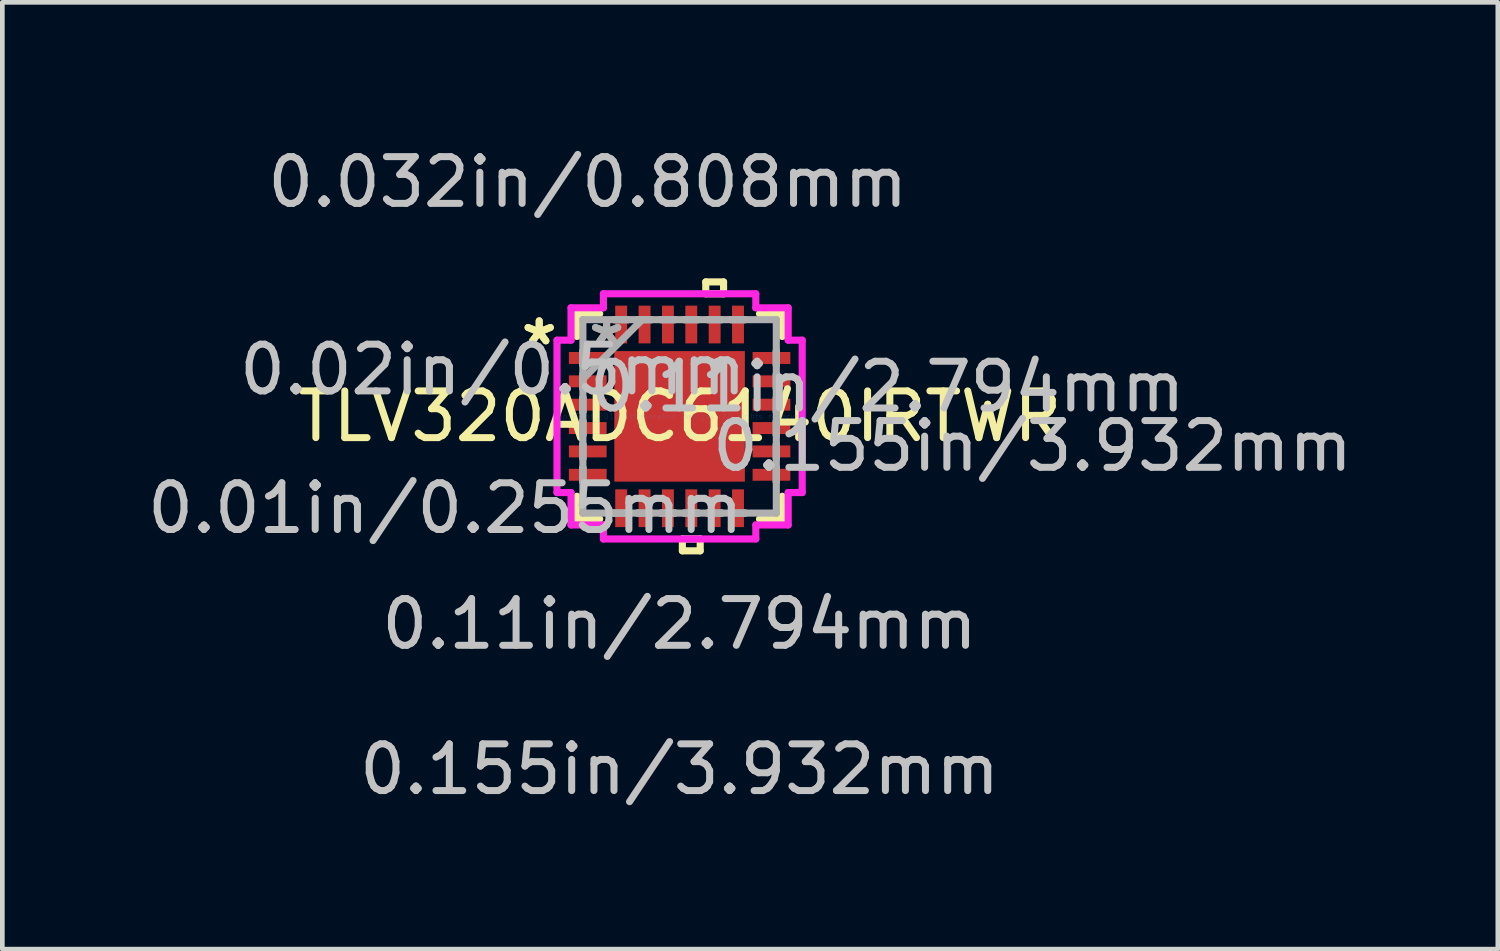
<source format=kicad_pcb>
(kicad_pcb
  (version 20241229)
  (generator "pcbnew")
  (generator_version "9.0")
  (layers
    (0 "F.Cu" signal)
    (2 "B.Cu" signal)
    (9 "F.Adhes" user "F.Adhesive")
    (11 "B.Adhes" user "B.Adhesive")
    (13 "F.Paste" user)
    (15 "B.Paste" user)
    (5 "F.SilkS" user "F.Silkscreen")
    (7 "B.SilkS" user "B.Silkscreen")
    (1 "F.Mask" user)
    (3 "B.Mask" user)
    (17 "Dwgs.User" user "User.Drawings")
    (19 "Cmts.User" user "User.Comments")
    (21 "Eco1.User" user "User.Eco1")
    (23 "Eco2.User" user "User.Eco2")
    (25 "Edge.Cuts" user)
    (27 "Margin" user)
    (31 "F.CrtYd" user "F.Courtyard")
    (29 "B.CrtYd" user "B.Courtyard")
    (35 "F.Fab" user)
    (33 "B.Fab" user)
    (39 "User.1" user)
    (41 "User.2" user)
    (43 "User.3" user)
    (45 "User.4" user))
  (footprint "TLV320ADC6140IRTWR"
    (layer "F.Cu")
    (at 11.496 5.862)
    (property "Reference" "TLV320ADC6140IRTWR" (at 0 0 0) (layer "F.SilkS") (effects (font (size 1 1) (thickness 0.15))))
    (attr through_hole)
    (fp_line (start -2.197 -2.197) (end -2.197 -1.71) (stroke (width 0.152) (type solid)) (layer "F.SilkS"))
    (fp_line (start -2.197 1.71) (end -2.197 2.197) (stroke (width 0.152) (type solid)) (layer "F.SilkS"))
    (fp_line (start -2.197 2.197) (end -1.71 2.197) (stroke (width 0.152) (type solid)) (layer "F.SilkS"))
    (fp_line (start -1.71 -2.197) (end -2.197 -2.197) (stroke (width 0.152) (type solid)) (layer "F.SilkS"))
    (fp_line (start 0.059 2.624) (end 0.059 2.878) (stroke (width 0.152) (type solid)) (layer "F.SilkS"))
    (fp_line (start 0.059 2.878) (end 0.441 2.878) (stroke (width 0.152) (type solid)) (layer "F.SilkS"))
    (fp_line (start 0.441 2.624) (end 0.059 2.624) (stroke (width 0.152) (type solid)) (layer "F.SilkS"))
    (fp_line (start 0.441 2.878) (end 0.441 2.624) (stroke (width 0.152) (type solid)) (layer "F.SilkS"))
    (fp_line (start 0.56 -2.878) (end 0.941 -2.878) (stroke (width 0.152) (type solid)) (layer "F.SilkS"))
    (fp_line (start 0.56 -2.624) (end 0.56 -2.878) (stroke (width 0.152) (type solid)) (layer "F.SilkS"))
    (fp_line (start 0.941 -2.878) (end 0.941 -2.624) (stroke (width 0.152) (type solid)) (layer "F.SilkS"))
    (fp_line (start 0.941 -2.624) (end 0.56 -2.624) (stroke (width 0.152) (type solid)) (layer "F.SilkS"))
    (fp_line (start 1.71 2.197) (end 2.197 2.197) (stroke (width 0.152) (type solid)) (layer "F.SilkS"))
    (fp_line (start 2.197 -2.197) (end 1.71 -2.197) (stroke (width 0.152) (type solid)) (layer "F.SilkS"))
    (fp_line (start 2.197 -1.71) (end 2.197 -2.197) (stroke (width 0.152) (type solid)) (layer "F.SilkS"))
    (fp_line (start 2.197 2.197) (end 2.197 1.71) (stroke (width 0.152) (type solid)) (layer "F.SilkS"))
    (fp_line (start -1.297 -1.297) (end -1.297 -0.1) (stroke (width 0.152) (type solid)) (layer "F.Paste"))
    (fp_line (start -1.297 -0.1) (end -0.1 -0.1) (stroke (width 0.152) (type solid)) (layer "F.Paste"))
    (fp_line (start -1.297 0.1) (end -1.297 1.297) (stroke (width 0.152) (type solid)) (layer "F.Paste"))
    (fp_line (start -1.297 1.297) (end -0.1 1.297) (stroke (width 0.152) (type solid)) (layer "F.Paste"))
    (fp_line (start -0.1 -1.297) (end -1.297 -1.297) (stroke (width 0.152) (type solid)) (layer "F.Paste"))
    (fp_line (start -0.1 -0.1) (end -0.1 -1.297) (stroke (width 0.152) (type solid)) (layer "F.Paste"))
    (fp_line (start -0.1 0.1) (end -1.297 0.1) (stroke (width 0.152) (type solid)) (layer "F.Paste"))
    (fp_line (start -0.1 1.297) (end -0.1 0.1) (stroke (width 0.152) (type solid)) (layer "F.Paste"))
    (fp_line (start 0.1 -1.297) (end 0.1 -0.1) (stroke (width 0.152) (type solid)) (layer "F.Paste"))
    (fp_line (start 0.1 -0.1) (end 1.297 -0.1) (stroke (width 0.152) (type solid)) (layer "F.Paste"))
    (fp_line (start 0.1 0.1) (end 0.1 1.297) (stroke (width 0.152) (type solid)) (layer "F.Paste"))
    (fp_line (start 0.1 1.297) (end 1.297 1.297) (stroke (width 0.152) (type solid)) (layer "F.Paste"))
    (fp_line (start 1.297 -1.297) (end 0.1 -1.297) (stroke (width 0.152) (type solid)) (layer "F.Paste"))
    (fp_line (start 1.297 -0.1) (end 1.297 -1.297) (stroke (width 0.152) (type solid)) (layer "F.Paste"))
    (fp_line (start 1.297 0.1) (end 0.1 0.1) (stroke (width 0.152) (type solid)) (layer "F.Paste"))
    (fp_line (start 1.297 1.297) (end 1.297 0.1) (stroke (width 0.152) (type solid)) (layer "F.Paste"))
    (fp_line (start -2.624 -1.631) (end -2.324 -1.631) (stroke (width 0.152) (type solid)) (layer "F.CrtYd"))
    (fp_line (start -2.624 1.631) (end -2.624 -1.631) (stroke (width 0.152) (type solid)) (layer "F.CrtYd"))
    (fp_line (start -2.324 -2.324) (end -1.631 -2.324) (stroke (width 0.152) (type solid)) (layer "F.CrtYd"))
    (fp_line (start -2.324 -1.631) (end -2.324 -2.324) (stroke (width 0.152) (type solid)) (layer "F.CrtYd"))
    (fp_line (start -2.324 1.631) (end -2.624 1.631) (stroke (width 0.152) (type solid)) (layer "F.CrtYd"))
    (fp_line (start -2.324 2.324) (end -2.324 1.631) (stroke (width 0.152) (type solid)) (layer "F.CrtYd"))
    (fp_line (start -1.631 -2.624) (end 1.631 -2.624) (stroke (width 0.152) (type solid)) (layer "F.CrtYd"))
    (fp_line (start -1.631 -2.324) (end -1.631 -2.624) (stroke (width 0.152) (type solid)) (layer "F.CrtYd"))
    (fp_line (start -1.631 2.324) (end -2.324 2.324) (stroke (width 0.152) (type solid)) (layer "F.CrtYd"))
    (fp_line (start -1.631 2.624) (end -1.631 2.324) (stroke (width 0.152) (type solid)) (layer "F.CrtYd"))
    (fp_line (start 1.631 -2.624) (end 1.631 -2.324) (stroke (width 0.152) (type solid)) (layer "F.CrtYd"))
    (fp_line (start 1.631 -2.324) (end 2.324 -2.324) (stroke (width 0.152) (type solid)) (layer "F.CrtYd"))
    (fp_line (start 1.631 2.324) (end 1.631 2.624) (stroke (width 0.152) (type solid)) (layer "F.CrtYd"))
    (fp_line (start 1.631 2.624) (end -1.631 2.624) (stroke (width 0.152) (type solid)) (layer "F.CrtYd"))
    (fp_line (start 2.324 -2.324) (end 2.324 -1.631) (stroke (width 0.152) (type solid)) (layer "F.CrtYd"))
    (fp_line (start 2.324 -1.631) (end 2.624 -1.631) (stroke (width 0.152) (type solid)) (layer "F.CrtYd"))
    (fp_line (start 2.324 1.631) (end 2.324 2.324) (stroke (width 0.152) (type solid)) (layer "F.CrtYd"))
    (fp_line (start 2.324 2.324) (end 1.631 2.324) (stroke (width 0.152) (type solid)) (layer "F.CrtYd"))
    (fp_line (start 2.624 -1.631) (end 2.624 1.631) (stroke (width 0.152) (type solid)) (layer "F.CrtYd"))
    (fp_line (start 2.624 1.631) (end 2.324 1.631) (stroke (width 0.152) (type solid)) (layer "F.CrtYd"))
    (fp_line (start -2.07 -2.07) (end -2.07 -2.07) (stroke (width 0.152) (type solid)) (layer "F.Fab"))
    (fp_line (start -2.07 -2.07) (end -2.07 2.07) (stroke (width 0.152) (type solid)) (layer "F.Fab"))
    (fp_line (start -2.07 -1.402) (end -2.07 -1.402) (stroke (width 0.152) (type solid)) (layer "F.Fab"))
    (fp_line (start -2.07 -1.402) (end -2.07 -1.098) (stroke (width 0.152) (type solid)) (layer "F.Fab"))
    (fp_line (start -2.07 -1.098) (end -2.07 -1.402) (stroke (width 0.152) (type solid)) (layer "F.Fab"))
    (fp_line (start -2.07 -1.098) (end -2.07 -1.098) (stroke (width 0.152) (type solid)) (layer "F.Fab"))
    (fp_line (start -2.07 -0.902) (end -2.07 -0.902) (stroke (width 0.152) (type solid)) (layer "F.Fab"))
    (fp_line (start -2.07 -0.902) (end -2.07 -0.598) (stroke (width 0.152) (type solid)) (layer "F.Fab"))
    (fp_line (start -2.07 -0.8) (end -0.8 -2.07) (stroke (width 0.152) (type solid)) (layer "F.Fab"))
    (fp_line (start -2.07 -0.598) (end -2.07 -0.902) (stroke (width 0.152) (type solid)) (layer "F.Fab"))
    (fp_line (start -2.07 -0.598) (end -2.07 -0.598) (stroke (width 0.152) (type solid)) (layer "F.Fab"))
    (fp_line (start -2.07 -0.402) (end -2.07 -0.402) (stroke (width 0.152) (type solid)) (layer "F.Fab"))
    (fp_line (start -2.07 -0.402) (end -2.07 -0.098) (stroke (width 0.152) (type solid)) (layer "F.Fab"))
    (fp_line (start -2.07 -0.098) (end -2.07 -0.402) (stroke (width 0.152) (type solid)) (layer "F.Fab"))
    (fp_line (start -2.07 -0.098) (end -2.07 -0.098) (stroke (width 0.152) (type solid)) (layer "F.Fab"))
    (fp_line (start -2.07 0.098) (end -2.07 0.098) (stroke (width 0.152) (type solid)) (layer "F.Fab"))
    (fp_line (start -2.07 0.098) (end -2.07 0.402) (stroke (width 0.152) (type solid)) (layer "F.Fab"))
    (fp_line (start -2.07 0.402) (end -2.07 0.098) (stroke (width 0.152) (type solid)) (layer "F.Fab"))
    (fp_line (start -2.07 0.402) (end -2.07 0.402) (stroke (width 0.152) (type solid)) (layer "F.Fab"))
    (fp_line (start -2.07 0.598) (end -2.07 0.598) (stroke (width 0.152) (type solid)) (layer "F.Fab"))
    (fp_line (start -2.07 0.598) (end -2.07 0.902) (stroke (width 0.152) (type solid)) (layer "F.Fab"))
    (fp_line (start -2.07 0.902) (end -2.07 0.598) (stroke (width 0.152) (type solid)) (layer "F.Fab"))
    (fp_line (start -2.07 0.902) (end -2.07 0.902) (stroke (width 0.152) (type solid)) (layer "F.Fab"))
    (fp_line (start -2.07 1.098) (end -2.07 1.098) (stroke (width 0.152) (type solid)) (layer "F.Fab"))
    (fp_line (start -2.07 1.098) (end -2.07 1.402) (stroke (width 0.152) (type solid)) (layer "F.Fab"))
    (fp_line (start -2.07 1.402) (end -2.07 1.098) (stroke (width 0.152) (type solid)) (layer "F.Fab"))
    (fp_line (start -2.07 1.402) (end -2.07 1.402) (stroke (width 0.152) (type solid)) (layer "F.Fab"))
    (fp_line (start -2.07 2.07) (end -2.07 2.07) (stroke (width 0.152) (type solid)) (layer "F.Fab"))
    (fp_line (start -2.07 2.07) (end 2.07 2.07) (stroke (width 0.152) (type solid)) (layer "F.Fab"))
    (fp_line (start -1.402 -2.07) (end -1.402 -2.07) (stroke (width 0.152) (type solid)) (layer "F.Fab"))
    (fp_line (start -1.402 -2.07) (end -1.098 -2.07) (stroke (width 0.152) (type solid)) (layer "F.Fab"))
    (fp_line (start -1.402 2.07) (end -1.402 2.07) (stroke (width 0.152) (type solid)) (layer "F.Fab"))
    (fp_line (start -1.402 2.07) (end -1.098 2.07) (stroke (width 0.152) (type solid)) (layer "F.Fab"))
    (fp_line (start -1.098 -2.07) (end -1.402 -2.07) (stroke (width 0.152) (type solid)) (layer "F.Fab"))
    (fp_line (start -1.098 -2.07) (end -1.098 -2.07) (stroke (width 0.152) (type solid)) (layer "F.Fab"))
    (fp_line (start -1.098 2.07) (end -1.402 2.07) (stroke (width 0.152) (type solid)) (layer "F.Fab"))
    (fp_line (start -1.098 2.07) (end -1.098 2.07) (stroke (width 0.152) (type solid)) (layer "F.Fab"))
    (fp_line (start -0.902 -2.07) (end -0.902 -2.07) (stroke (width 0.152) (type solid)) (layer "F.Fab"))
    (fp_line (start -0.902 -2.07) (end -0.598 -2.07) (stroke (width 0.152) (type solid)) (layer "F.Fab"))
    (fp_line (start -0.902 2.07) (end -0.902 2.07) (stroke (width 0.152) (type solid)) (layer "F.Fab"))
    (fp_line (start -0.902 2.07) (end -0.598 2.07) (stroke (width 0.152) (type solid)) (layer "F.Fab"))
    (fp_line (start -0.598 -2.07) (end -0.902 -2.07) (stroke (width 0.152) (type solid)) (layer "F.Fab"))
    (fp_line (start -0.598 -2.07) (end -0.598 -2.07) (stroke (width 0.152) (type solid)) (layer "F.Fab"))
    (fp_line (start -0.598 2.07) (end -0.902 2.07) (stroke (width 0.152) (type solid)) (layer "F.Fab"))
    (fp_line (start -0.598 2.07) (end -0.598 2.07) (stroke (width 0.152) (type solid)) (layer "F.Fab"))
    (fp_line (start -0.402 -2.07) (end -0.402 -2.07) (stroke (width 0.152) (type solid)) (layer "F.Fab"))
    (fp_line (start -0.402 -2.07) (end -0.098 -2.07) (stroke (width 0.152) (type solid)) (layer "F.Fab"))
    (fp_line (start -0.402 2.07) (end -0.402 2.07) (stroke (width 0.152) (type solid)) (layer "F.Fab"))
    (fp_line (start -0.402 2.07) (end -0.098 2.07) (stroke (width 0.152) (type solid)) (layer "F.Fab"))
    (fp_line (start -0.098 -2.07) (end -0.402 -2.07) (stroke (width 0.152) (type solid)) (layer "F.Fab"))
    (fp_line (start -0.098 -2.07) (end -0.098 -2.07) (stroke (width 0.152) (type solid)) (layer "F.Fab"))
    (fp_line (start -0.098 2.07) (end -0.402 2.07) (stroke (width 0.152) (type solid)) (layer "F.Fab"))
    (fp_line (start -0.098 2.07) (end -0.098 2.07) (stroke (width 0.152) (type solid)) (layer "F.Fab"))
    (fp_line (start 0.098 -2.07) (end 0.098 -2.07) (stroke (width 0.152) (type solid)) (layer "F.Fab"))
    (fp_line (start 0.098 -2.07) (end 0.402 -2.07) (stroke (width 0.152) (type solid)) (layer "F.Fab"))
    (fp_line (start 0.098 2.07) (end 0.098 2.07) (stroke (width 0.152) (type solid)) (layer "F.Fab"))
    (fp_line (start 0.098 2.07) (end 0.402 2.07) (stroke (width 0.152) (type solid)) (layer "F.Fab"))
    (fp_line (start 0.402 -2.07) (end 0.098 -2.07) (stroke (width 0.152) (type solid)) (layer "F.Fab"))
    (fp_line (start 0.402 -2.07) (end 0.402 -2.07) (stroke (width 0.152) (type solid)) (layer "F.Fab"))
    (fp_line (start 0.402 2.07) (end 0.098 2.07) (stroke (width 0.152) (type solid)) (layer "F.Fab"))
    (fp_line (start 0.402 2.07) (end 0.402 2.07) (stroke (width 0.152) (type solid)) (layer "F.Fab"))
    (fp_line (start 0.598 -2.07) (end 0.598 -2.07) (stroke (width 0.152) (type solid)) (layer "F.Fab"))
    (fp_line (start 0.598 -2.07) (end 0.902 -2.07) (stroke (width 0.152) (type solid)) (layer "F.Fab"))
    (fp_line (start 0.598 2.07) (end 0.598 2.07) (stroke (width 0.152) (type solid)) (layer "F.Fab"))
    (fp_line (start 0.598 2.07) (end 0.902 2.07) (stroke (width 0.152) (type solid)) (layer "F.Fab"))
    (fp_line (start 0.902 -2.07) (end 0.598 -2.07) (stroke (width 0.152) (type solid)) (layer "F.Fab"))
    (fp_line (start 0.902 -2.07) (end 0.902 -2.07) (stroke (width 0.152) (type solid)) (layer "F.Fab"))
    (fp_line (start 0.902 2.07) (end 0.598 2.07) (stroke (width 0.152) (type solid)) (layer "F.Fab"))
    (fp_line (start 0.902 2.07) (end 0.902 2.07) (stroke (width 0.152) (type solid)) (layer "F.Fab"))
    (fp_line (start 1.098 -2.07) (end 1.098 -2.07) (stroke (width 0.152) (type solid)) (layer "F.Fab"))
    (fp_line (start 1.098 -2.07) (end 1.402 -2.07) (stroke (width 0.152) (type solid)) (layer "F.Fab"))
    (fp_line (start 1.098 2.07) (end 1.098 2.07) (stroke (width 0.152) (type solid)) (layer "F.Fab"))
    (fp_line (start 1.098 2.07) (end 1.402 2.07) (stroke (width 0.152) (type solid)) (layer "F.Fab"))
    (fp_line (start 1.402 -2.07) (end 1.098 -2.07) (stroke (width 0.152) (type solid)) (layer "F.Fab"))
    (fp_line (start 1.402 -2.07) (end 1.402 -2.07) (stroke (width 0.152) (type solid)) (layer "F.Fab"))
    (fp_line (start 1.402 2.07) (end 1.098 2.07) (stroke (width 0.152) (type solid)) (layer "F.Fab"))
    (fp_line (start 1.402 2.07) (end 1.402 2.07) (stroke (width 0.152) (type solid)) (layer "F.Fab"))
    (fp_line (start 2.07 -2.07) (end -2.07 -2.07) (stroke (width 0.152) (type solid)) (layer "F.Fab"))
    (fp_line (start 2.07 -2.07) (end 2.07 -2.07) (stroke (width 0.152) (type solid)) (layer "F.Fab"))
    (fp_line (start 2.07 -1.402) (end 2.07 -1.402) (stroke (width 0.152) (type solid)) (layer "F.Fab"))
    (fp_line (start 2.07 -1.402) (end 2.07 -1.098) (stroke (width 0.152) (type solid)) (layer "F.Fab"))
    (fp_line (start 2.07 -1.098) (end 2.07 -1.402) (stroke (width 0.152) (type solid)) (layer "F.Fab"))
    (fp_line (start 2.07 -1.098) (end 2.07 -1.098) (stroke (width 0.152) (type solid)) (layer "F.Fab"))
    (fp_line (start 2.07 -0.902) (end 2.07 -0.902) (stroke (width 0.152) (type solid)) (layer "F.Fab"))
    (fp_line (start 2.07 -0.902) (end 2.07 -0.598) (stroke (width 0.152) (type solid)) (layer "F.Fab"))
    (fp_line (start 2.07 -0.598) (end 2.07 -0.902) (stroke (width 0.152) (type solid)) (layer "F.Fab"))
    (fp_line (start 2.07 -0.598) (end 2.07 -0.598) (stroke (width 0.152) (type solid)) (layer "F.Fab"))
    (fp_line (start 2.07 -0.402) (end 2.07 -0.402) (stroke (width 0.152) (type solid)) (layer "F.Fab"))
    (fp_line (start 2.07 -0.402) (end 2.07 -0.098) (stroke (width 0.152) (type solid)) (layer "F.Fab"))
    (fp_line (start 2.07 -0.098) (end 2.07 -0.402) (stroke (width 0.152) (type solid)) (layer "F.Fab"))
    (fp_line (start 2.07 -0.098) (end 2.07 -0.098) (stroke (width 0.152) (type solid)) (layer "F.Fab"))
    (fp_line (start 2.07 0.098) (end 2.07 0.098) (stroke (width 0.152) (type solid)) (layer "F.Fab"))
    (fp_line (start 2.07 0.098) (end 2.07 0.402) (stroke (width 0.152) (type solid)) (layer "F.Fab"))
    (fp_line (start 2.07 0.402) (end 2.07 0.098) (stroke (width 0.152) (type solid)) (layer "F.Fab"))
    (fp_line (start 2.07 0.402) (end 2.07 0.402) (stroke (width 0.152) (type solid)) (layer "F.Fab"))
    (fp_line (start 2.07 0.598) (end 2.07 0.598) (stroke (width 0.152) (type solid)) (layer "F.Fab"))
    (fp_line (start 2.07 0.598) (end 2.07 0.902) (stroke (width 0.152) (type solid)) (layer "F.Fab"))
    (fp_line (start 2.07 0.902) (end 2.07 0.598) (stroke (width 0.152) (type solid)) (layer "F.Fab"))
    (fp_line (start 2.07 0.902) (end 2.07 0.902) (stroke (width 0.152) (type solid)) (layer "F.Fab"))
    (fp_line (start 2.07 1.098) (end 2.07 1.098) (stroke (width 0.152) (type solid)) (layer "F.Fab"))
    (fp_line (start 2.07 1.098) (end 2.07 1.402) (stroke (width 0.152) (type solid)) (layer "F.Fab"))
    (fp_line (start 2.07 1.402) (end 2.07 1.098) (stroke (width 0.152) (type solid)) (layer "F.Fab"))
    (fp_line (start 2.07 1.402) (end 2.07 1.402) (stroke (width 0.152) (type solid)) (layer "F.Fab"))
    (fp_line (start 2.07 2.07) (end 2.07 -2.07) (stroke (width 0.152) (type solid)) (layer "F.Fab"))
    (fp_line (start 2.07 2.07) (end 2.07 2.07) (stroke (width 0.152) (type solid)) (layer "F.Fab"))
    (fp_text user "*" (at -3.005 -1.5 0) (layer "F.SilkS") (effects (font (size 1 1) (thickness 0.15))))
    (fp_text user "*" (at -3.005 -1.5 0) (layer "F.SilkS") (effects (font (size 1 1) (thickness 0.15))))
    (fp_text user "0.11in/2.794mm" (at 4.445 -0.635 0) (layer "Dwgs.User") (effects (font (size 1 1) (thickness 0.15))))
    (fp_text user "0.02in/0.5mm" (at -3.998 -1 0) (layer "Dwgs.User") (effects (font (size 1 1) (thickness 0.15))))
    (fp_text user "0.01in/0.255mm" (at -5.014 1.966 0) (layer "Dwgs.User") (effects (font (size 1 1) (thickness 0.15))))
    (fp_text user "0.032in/0.808mm" (at -1.966 -5.014 0) (layer "Dwgs.User") (effects (font (size 1 1) (thickness 0.15))))
    (fp_text user "0.155in/3.932mm" (at 7.554 0.635 0) (layer "Dwgs.User") (effects (font (size 1 1) (thickness 0.15))))
    (fp_text user "0.11in/2.794mm" (at 0 4.445 0) (layer "Dwgs.User") (effects (font (size 1 1) (thickness 0.15))))
    (fp_text user "0.155in/3.932mm" (at 0 7.554 0) (layer "Dwgs.User") (effects (font (size 1 1) (thickness 0.15))))
    (fp_text user "Copyright 2016 Accelerated Designs. All rights reserved." (at 0 0 0) (layer "Cmts.User") (effects (font (size 0.127 0.127) (thickness 0.002))))
    (fp_text user "*" (at -1.562 -1.5 0) (layer "F.Fab") (effects (font (size 1 1) (thickness 0.15))))
    (fp_text user "*" (at -1.562 -1.5 0) (layer "F.Fab") (effects (font (size 1 1) (thickness 0.15))))
    (pad "1" smd rect (at -1.966 -1.25 90) (size 0.255 0.808) (layers "F.Cu" "F.Mask" "F.Paste"))
    (pad "2" smd rect (at -1.966 -0.75 90) (size 0.255 0.808) (layers "F.Cu" "F.Mask" "F.Paste"))
    (pad "3" smd rect (at -1.966 -0.25 90) (size 0.255 0.808) (layers "F.Cu" "F.Mask" "F.Paste"))
    (pad "4" smd rect (at -1.966 0.25 90) (size 0.255 0.808) (layers "F.Cu" "F.Mask" "F.Paste"))
    (pad "5" smd rect (at -1.966 0.75 90) (size 0.255 0.808) (layers "F.Cu" "F.Mask" "F.Paste"))
    (pad "6" smd rect (at -1.966 1.25 90) (size 0.255 0.808) (layers "F.Cu" "F.Mask" "F.Paste"))
    (pad "7" smd rect (at -1.25 1.966) (size 0.255 0.808) (layers "F.Cu" "F.Mask" "F.Paste"))
    (pad "8" smd rect (at -0.75 1.966) (size 0.255 0.808) (layers "F.Cu" "F.Mask" "F.Paste"))
    (pad "9" smd rect (at -0.25 1.966) (size 0.255 0.808) (layers "F.Cu" "F.Mask" "F.Paste"))
    (pad "10" smd rect (at 0.25 1.966) (size 0.255 0.808) (layers "F.Cu" "F.Mask" "F.Paste"))
    (pad "11" smd rect (at 0.75 1.966) (size 0.255 0.808) (layers "F.Cu" "F.Mask" "F.Paste"))
    (pad "12" smd rect (at 1.25 1.966) (size 0.255 0.808) (layers "F.Cu" "F.Mask" "F.Paste"))
    (pad "13" smd rect (at 1.966 1.25 90) (size 0.255 0.808) (layers "F.Cu" "F.Mask" "F.Paste"))
    (pad "14" smd rect (at 1.966 0.75 90) (size 0.255 0.808) (layers "F.Cu" "F.Mask" "F.Paste"))
    (pad "15" smd rect (at 1.966 0.25 90) (size 0.255 0.808) (layers "F.Cu" "F.Mask" "F.Paste"))
    (pad "16" smd rect (at 1.966 -0.25 90) (size 0.255 0.808) (layers "F.Cu" "F.Mask" "F.Paste"))
    (pad "17" smd rect (at 1.966 -0.75 90) (size 0.255 0.808) (layers "F.Cu" "F.Mask" "F.Paste"))
    (pad "18" smd rect (at 1.966 -1.25 90) (size 0.255 0.808) (layers "F.Cu" "F.Mask" "F.Paste"))
    (pad "19" smd rect (at 1.25 -1.966) (size 0.255 0.808) (layers "F.Cu" "F.Mask" "F.Paste"))
    (pad "20" smd rect (at 0.75 -1.966) (size 0.255 0.808) (layers "F.Cu" "F.Mask" "F.Paste"))
    (pad "21" smd rect (at 0.25 -1.966) (size 0.255 0.808) (layers "F.Cu" "F.Mask" "F.Paste"))
    (pad "22" smd rect (at -0.25 -1.966) (size 0.255 0.808) (layers "F.Cu" "F.Mask" "F.Paste"))
    (pad "23" smd rect (at -0.75 -1.966) (size 0.255 0.808) (layers "F.Cu" "F.Mask" "F.Paste"))
    (pad "24" smd rect (at -1.25 -1.966) (size 0.255 0.808) (layers "F.Cu" "F.Mask" "F.Paste"))
    (pad "25" smd rect (at 0 0) (size 2.794 2.794) (layers "F.Cu" "F.Mask" "F.Paste")))
  (gr_rect
    (start -3 -3)
    (end 29.009 17.265)
    (stroke (width 0.1) (type default))
    (fill no)
    (layer "Edge.Cuts")))
</source>
